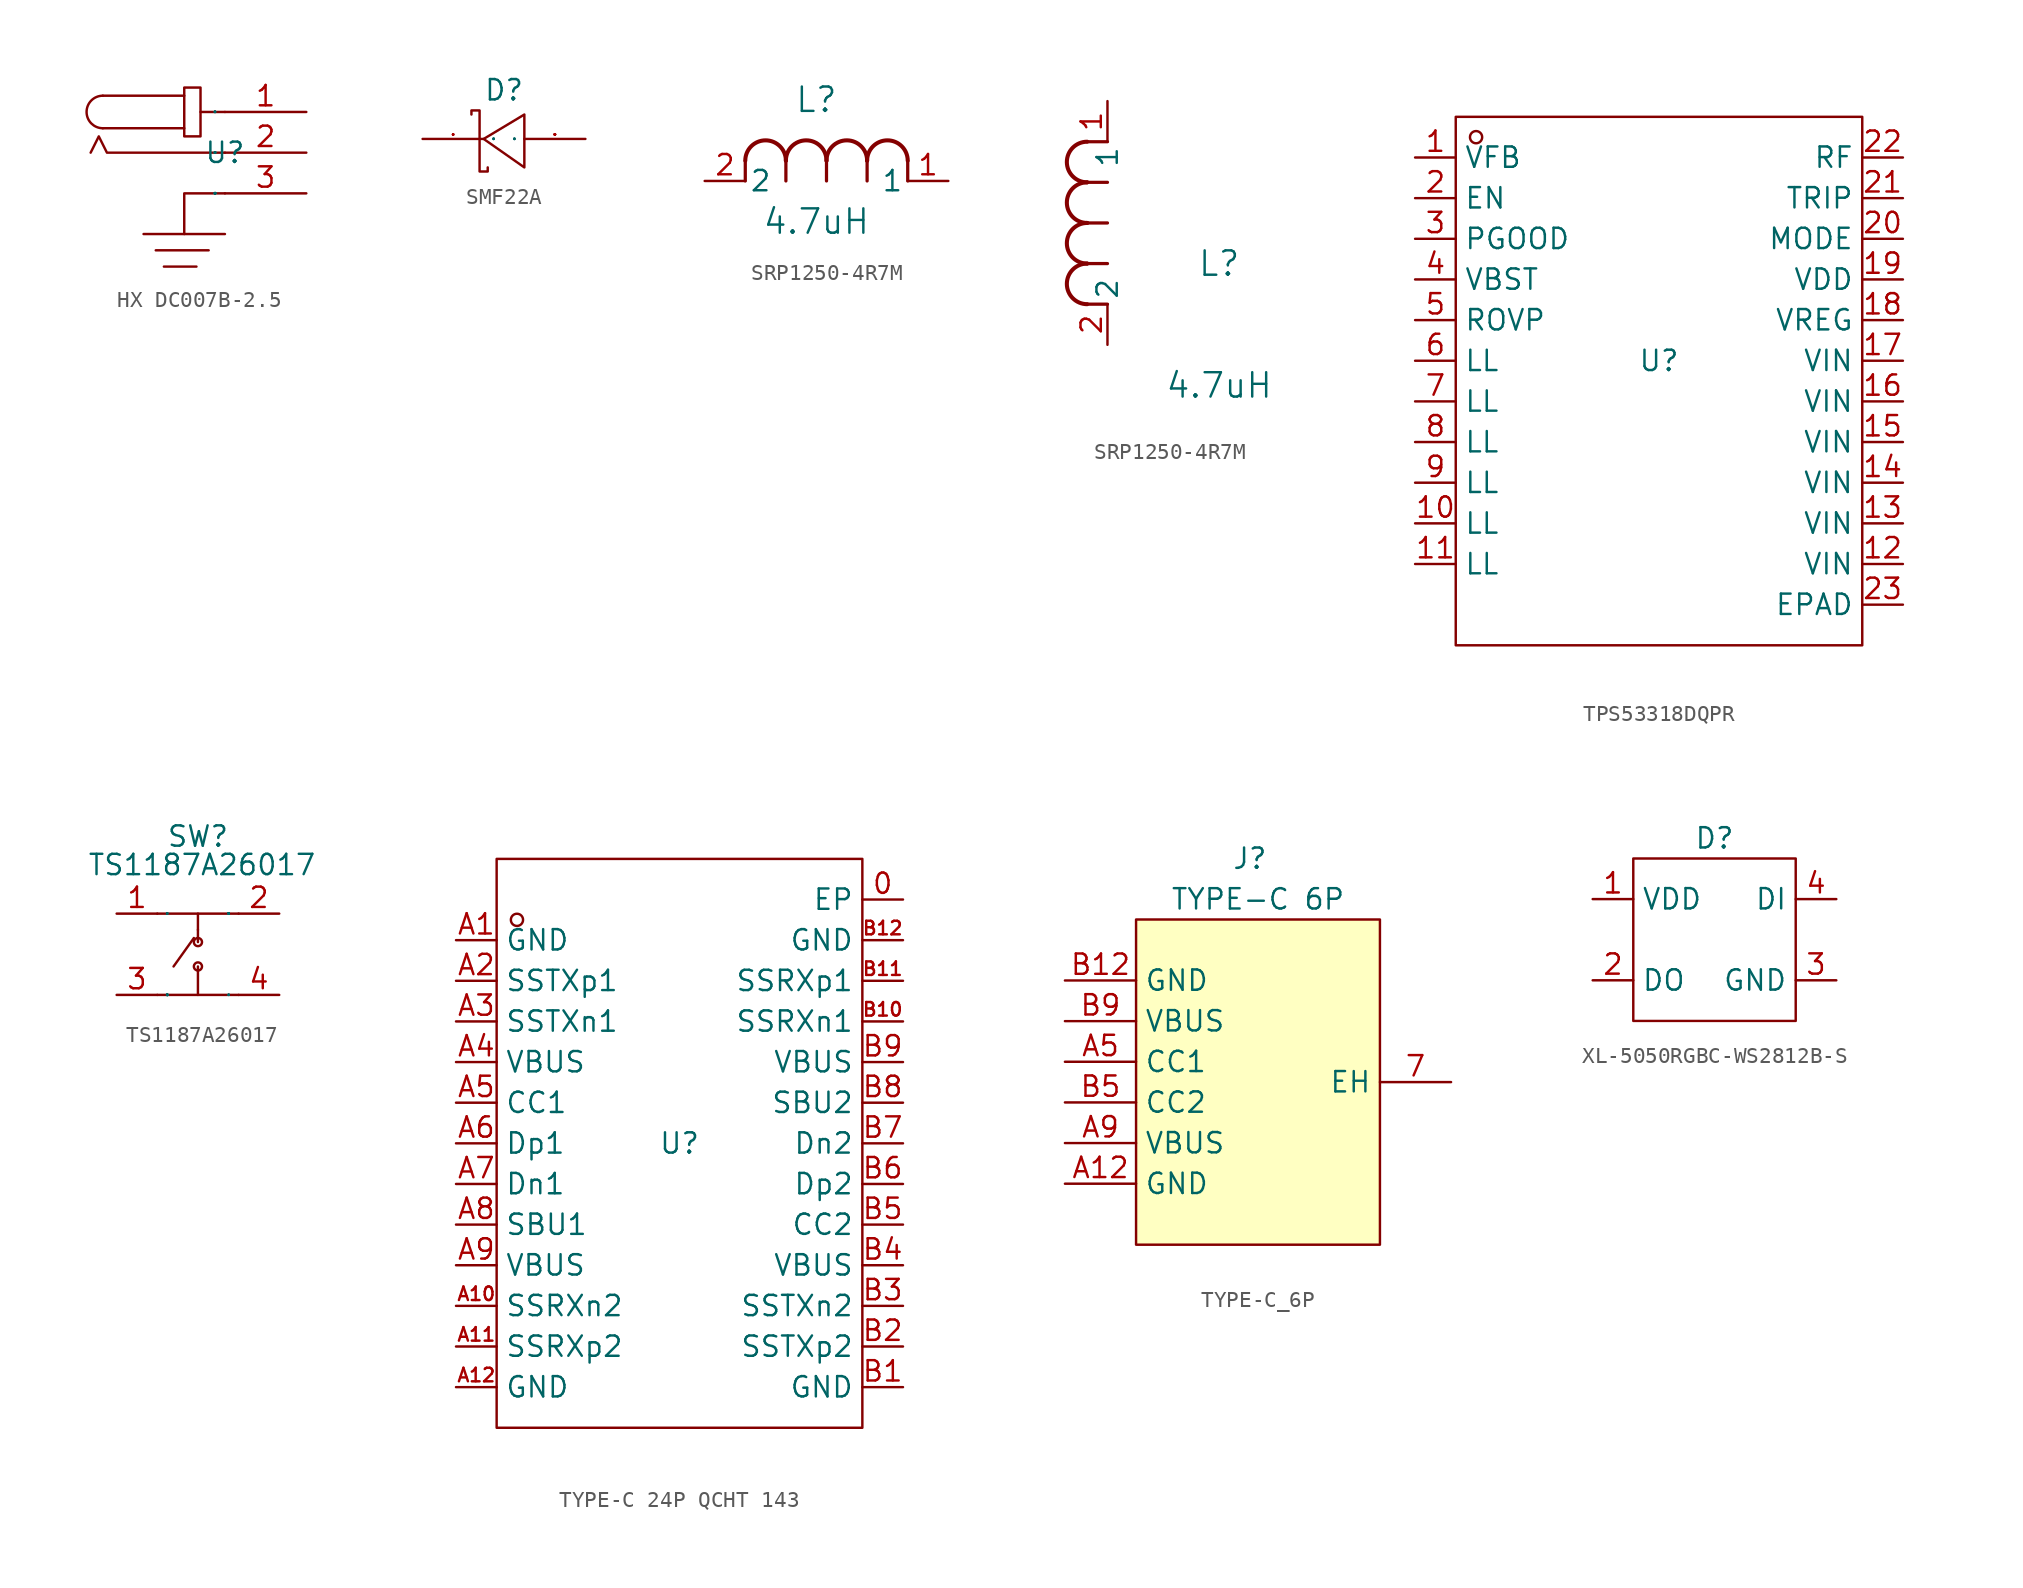
<source format=kicad_sym>
(kicad_symbol_lib
  (version 20241209)
  (generator "kicad_symbol_editor")
  (generator_version "9.0")
  (symbol "HX DC007B-2.5"
    (property "Reference" "U"
      (at 0 0 0)
      (effects (font (size 1.27 1.27))))
    (property "Value" ""
      (at 0 0 0)
      (effects (font (size 1.27 1.27))))
    (symbol "HX DC007B-2.5_1_0"
      (arc (start -7.62 1.524) (mid -8.636 2.54) (end -7.62 3.556) (stroke (width 0) (type default)) (fill (type none)))
      (polyline (pts (xy -5.08 -5.08) (xy 0 -5.08)) (stroke (width 0) (type default)) (fill (type none)))
      (polyline (pts (xy -4.318 -6.096) (xy -1.016 -6.096)) (stroke (width 0) (type default)) (fill (type none)))
      (polyline (pts (xy -3.81 -7.112) (xy -1.778 -7.112)) (stroke (width 0) (type default)) (fill (type none)))
      (polyline (pts (xy -2.54 3.556) (xy -7.62 3.556)) (stroke (width 0) (type default)) (fill (type none)))
      (polyline (pts (xy -2.54 1.524) (xy -7.62 1.524)) (stroke (width 0) (type default)) (fill (type none)))
      (rectangle (start -2.54 1.016) (end -1.524 4.064) (stroke (width 0) (type default)) (fill (type none)))
      (polyline (pts (xy 0 2.54) (xy -1.524 2.54)) (stroke (width 0) (type default)) (fill (type none)))
      (polyline (pts (xy 0 0) (xy -7.366 0) (xy -7.366 0) (xy -7.874 1.016) (xy -7.874 1.016) (xy -8.382 0)) (stroke (width 0) (type default)) (fill (type none)))
      (polyline (pts (xy 0 -2.54) (xy -2.54 -2.54) (xy -2.54 -2.54) (xy -2.54 -5.08)) (stroke (width 0) (type default)) (fill (type none)))
      (pin unspecified line (at 5.08 2.54 180) (length 5.08) (name "1" (effects (font (size 0.025 0.025)))) (number "1" (effects (font (size 1.27 1.27)))))
      (pin unspecified line (at 5.08 0 180) (length 5.08) (name "2" (effects (font (size 0.025 0.025)))) (number "2" (effects (font (size 1.27 1.27)))))
      (pin unspecified line (at 5.08 -2.54 180) (length 5.08) (name "3" (effects (font (size 0.025 0.025)))) (number "3" (effects (font (size 1.27 1.27)))))))
  (symbol "SMF22A"
    (property "Reference" "D"
      (at 0 3.048 0)
      (effects (font (size 1.27 1.27))))
    (property "Value" ""
      (at 0 0 0)
      (effects (font (size 1.27 1.27))))
    (symbol "SMF22A_1_0"
      (polyline (pts (xy -2.032 1.524) (xy -2.032 1.778) (xy -2.032 1.778) (xy -1.524 1.778) (xy -1.524 1.778) (xy -1.524 -2.032) (xy -1.524 -2.032) (xy -1.016 -2.032) (xy -1.016 -2.032) (xy -1.016 -1.778)) (stroke (width 0) (type default)) (fill (type none)))
      (polyline (pts (xy 1.27 1.524) (xy -1.27 0) (xy -1.27 0) (xy 1.27 -1.778) (xy 1.27 -1.778) (xy 1.27 1.524)) (stroke (width 0) (type default)) (fill (type none)))
      (pin unspecified line (at -5.08 0 0) (length 3.81) (name "K" (effects (font (size 0.025 0.025)))) (number "1" (effects (font (size 0.025 0.025)))))
      (pin unspecified line (at 5.08 0 180) (length 3.81) (name "A" (effects (font (size 0.025 0.025)))) (number "2" (effects (font (size 0.025 0.025)))))))
  (symbol "SRP1250-4R7M"
    (pin_names
      (offset 0.254))
    (property "Reference" "L"
      (at 6.985 5.08 0)
      (effects (font (size 1.524 1.524))))
    (property "Value" "4.7uH"
      (at 6.985 -2.54 0)
      (effects (font (size 1.524 1.524))))
    (symbol "SRP1250-4R7M_1_1"
      (polyline (pts (xy 2.54 0) (xy 2.54 1.27)) (stroke (width 0.203) (type default)) (fill (type none)))
      (arc (start 2.54 1.27) (mid 3.81 2.5344) (end 5.08 1.27) (stroke (width 0.254) (type default)) (fill (type none)))
      (polyline (pts (xy 5.08 0) (xy 5.08 1.27)) (stroke (width 0.203) (type default)) (fill (type none)))
      (arc (start 5.08 1.27) (mid 6.35 2.5344) (end 7.62 1.27) (stroke (width 0.254) (type default)) (fill (type none)))
      (polyline (pts (xy 7.62 0) (xy 7.62 1.27)) (stroke (width 0.203) (type default)) (fill (type none)))
      (arc (start 7.62 1.27) (mid 8.89 2.5344) (end 10.16 1.27) (stroke (width 0.254) (type default)) (fill (type none)))
      (polyline (pts (xy 10.16 0) (xy 10.16 1.27)) (stroke (width 0.203) (type default)) (fill (type none)))
      (arc (start 10.16 1.27) (mid 11.43 2.5344) (end 12.7 1.27) (stroke (width 0.254) (type default)) (fill (type none)))
      (polyline (pts (xy 12.7 0) (xy 12.7 1.27)) (stroke (width 0.203) (type default)) (fill (type none)))
      (pin unspecified line (at 0 0 0) (length 2.54) (name "2" (effects (font (size 1.27 1.27)))) (number "2" (effects (font (size 1.27 1.27)))))
      (pin unspecified line (at 15.24 0 180) (length 2.54) (name "1" (effects (font (size 1.27 1.27)))) (number "1" (effects (font (size 1.27 1.27))))))
    (symbol "SRP1250-4R7M_1_2"
      (arc (start -1.27 10.16) (mid -2.5344 11.43) (end -1.27 12.7) (stroke (width 0.254) (type default)) (fill (type none)))
      (arc (start -1.27 7.62) (mid -2.5344 8.89) (end -1.27 10.16) (stroke (width 0.254) (type default)) (fill (type none)))
      (arc (start -1.27 5.08) (mid -2.5344 6.35) (end -1.27 7.62) (stroke (width 0.254) (type default)) (fill (type none)))
      (arc (start -1.27 2.54) (mid -2.5344 3.81) (end -1.27 5.08) (stroke (width 0.254) (type default)) (fill (type none)))
      (polyline (pts (xy 0 12.7) (xy -1.27 12.7)) (stroke (width 0.203) (type default)) (fill (type none)))
      (polyline (pts (xy 0 10.16) (xy -1.27 10.16)) (stroke (width 0.203) (type default)) (fill (type none)))
      (polyline (pts (xy 0 7.62) (xy -1.27 7.62)) (stroke (width 0.203) (type default)) (fill (type none)))
      (polyline (pts (xy 0 5.08) (xy -1.27 5.08)) (stroke (width 0.203) (type default)) (fill (type none)))
      (polyline (pts (xy 0 2.54) (xy -1.27 2.54)) (stroke (width 0.203) (type default)) (fill (type none)))
      (pin unspecified line (at 0 15.24 270) (length 2.54) (name "1" (effects (font (size 1.27 1.27)))) (number "1" (effects (font (size 1.27 1.27)))))
      (pin unspecified line (at 0 0 90) (length 2.54) (name "2" (effects (font (size 1.27 1.27)))) (number "2" (effects (font (size 1.27 1.27)))))))
  (symbol "TPS53318DQPR"
    (property "Reference" "U"
      (at 0 0 0)
      (effects (font (size 1.27 1.27))))
    (property "Value" ""
      (at 0 0 0)
      (effects (font (size 1.27 1.27))))
    (symbol "TPS53318DQPR_1_0"
      (rectangle (start -12.7 -17.78) (end 12.7 15.24) (stroke (width 0) (type default)) (fill (type none)))
      (circle (center -11.43 13.97) (radius 0.381) (stroke (width 0) (type default)) (fill (type none)))
      (pin unspecified line (at -15.24 12.7 0) (length 2.54) (name "VFB" (effects (font (size 1.27 1.27)))) (number "1" (effects (font (size 1.27 1.27)))))
      (pin unspecified line (at -15.24 10.16 0) (length 2.54) (name "EN" (effects (font (size 1.27 1.27)))) (number "2" (effects (font (size 1.27 1.27)))))
      (pin unspecified line (at -15.24 7.62 0) (length 2.54) (name "PGOOD" (effects (font (size 1.27 1.27)))) (number "3" (effects (font (size 1.27 1.27)))))
      (pin unspecified line (at -15.24 5.08 0) (length 2.54) (name "VBST" (effects (font (size 1.27 1.27)))) (number "4" (effects (font (size 1.27 1.27)))))
      (pin unspecified line (at -15.24 2.54 0) (length 2.54) (name "ROVP" (effects (font (size 1.27 1.27)))) (number "5" (effects (font (size 1.27 1.27)))))
      (pin unspecified line (at -15.24 0 0) (length 2.54) (name "LL" (effects (font (size 1.27 1.27)))) (number "6" (effects (font (size 1.27 1.27)))))
      (pin unspecified line (at -15.24 -2.54 0) (length 2.54) (name "LL" (effects (font (size 1.27 1.27)))) (number "7" (effects (font (size 1.27 1.27)))))
      (pin unspecified line (at -15.24 -5.08 0) (length 2.54) (name "LL" (effects (font (size 1.27 1.27)))) (number "8" (effects (font (size 1.27 1.27)))))
      (pin unspecified line (at -15.24 -7.62 0) (length 2.54) (name "LL" (effects (font (size 1.27 1.27)))) (number "9" (effects (font (size 1.27 1.27)))))
      (pin unspecified line (at -15.24 -10.16 0) (length 2.54) (name "LL" (effects (font (size 1.27 1.27)))) (number "10" (effects (font (size 1.27 1.27)))))
      (pin unspecified line (at -15.24 -12.7 0) (length 2.54) (name "LL" (effects (font (size 1.27 1.27)))) (number "11" (effects (font (size 1.27 1.27)))))
      (pin unspecified line (at 15.24 12.7 180) (length 2.54) (name "RF" (effects (font (size 1.27 1.27)))) (number "22" (effects (font (size 1.27 1.27)))))
      (pin unspecified line (at 15.24 10.16 180) (length 2.54) (name "TRIP" (effects (font (size 1.27 1.27)))) (number "21" (effects (font (size 1.27 1.27)))))
      (pin unspecified line (at 15.24 7.62 180) (length 2.54) (name "MODE" (effects (font (size 1.27 1.27)))) (number "20" (effects (font (size 1.27 1.27)))))
      (pin unspecified line (at 15.24 5.08 180) (length 2.54) (name "VDD" (effects (font (size 1.27 1.27)))) (number "19" (effects (font (size 1.27 1.27)))))
      (pin unspecified line (at 15.24 2.54 180) (length 2.54) (name "VREG" (effects (font (size 1.27 1.27)))) (number "18" (effects (font (size 1.27 1.27)))))
      (pin unspecified line (at 15.24 0 180) (length 2.54) (name "VIN" (effects (font (size 1.27 1.27)))) (number "17" (effects (font (size 1.27 1.27)))))
      (pin unspecified line (at 15.24 -2.54 180) (length 2.54) (name "VIN" (effects (font (size 1.27 1.27)))) (number "16" (effects (font (size 1.27 1.27)))))
      (pin unspecified line (at 15.24 -5.08 180) (length 2.54) (name "VIN" (effects (font (size 1.27 1.27)))) (number "15" (effects (font (size 1.27 1.27)))))
      (pin unspecified line (at 15.24 -7.62 180) (length 2.54) (name "VIN" (effects (font (size 1.27 1.27)))) (number "14" (effects (font (size 1.27 1.27)))))
      (pin unspecified line (at 15.24 -10.16 180) (length 2.54) (name "VIN" (effects (font (size 1.27 1.27)))) (number "13" (effects (font (size 1.27 1.27)))))
      (pin unspecified line (at 15.24 -12.7 180) (length 2.54) (name "VIN" (effects (font (size 1.27 1.27)))) (number "12" (effects (font (size 1.27 1.27)))))
      (pin unspecified line (at 15.24 -15.24 180) (length 2.54) (name "EPAD" (effects (font (size 1.27 1.27)))) (number "23" (effects (font (size 1.27 1.27)))))))
  (symbol "TS1187A26017"
    (property "Reference" "SW"
      (at 0 7.366 0)
      (effects (font (size 1.27 1.27))))
    (property "Value" "TS1187A26017"
      (at 0.254 5.588 0)
      (effects (font (size 1.27 1.27))))
    (symbol "TS1187A26017_1_0"
      (polyline (pts (xy -2.54 2.54) (xy 2.54 2.54)) (stroke (width 0) (type default)) (fill (type none)))
      (polyline (pts (xy -1.524 -0.762) (xy -0.254 1.016)) (stroke (width 0) (type default)) (fill (type none)))
      (polyline (pts (xy 0 2.54) (xy 0 1.524)) (stroke (width 0) (type default)) (fill (type none)))
      (polyline (pts (xy 0 1.524) (xy 0 0.762)) (stroke (width 0) (type default)) (fill (type none)))
      (circle (center 0 0.762) (radius 0.254) (stroke (width 0) (type default)) (fill (type none)))
      (circle (center 0 -0.762) (radius 0.254) (stroke (width 0) (type default)) (fill (type none)))
      (polyline (pts (xy 0 -2.54) (xy 0 -0.762)) (stroke (width 0) (type default)) (fill (type none)))
      (polyline (pts (xy 2.54 -2.54) (xy -2.54 -2.54)) (stroke (width 0) (type default)) (fill (type none)))
      (pin unspecified line (at -5.08 2.54 0) (length 2.54) (name "1" (effects (font (size 0.025 0.025)))) (number "1" (effects (font (size 1.27 1.27)))))
      (pin unspecified line (at -5.08 -2.54 0) (length 2.54) (name "3" (effects (font (size 0.025 0.025)))) (number "3" (effects (font (size 1.27 1.27)))))
      (pin unspecified line (at 5.08 2.54 180) (length 2.54) (name "2" (effects (font (size 0.025 0.025)))) (number "2" (effects (font (size 1.27 1.27)))))
      (pin unspecified line (at 5.08 -2.54 180) (length 2.54) (name "4" (effects (font (size 0.025 0.025)))) (number "4" (effects (font (size 1.27 1.27)))))))
  (symbol "TYPE-C 24P QCHT 143"
    (property "Reference" "U"
      (at 0 0 0)
      (effects (font (size 1.27 1.27))))
    (property "Value" ""
      (at 0 0 0)
      (effects (font (size 1.27 1.27))))
    (symbol "TYPE-C 24P QCHT 143_1_0"
      (rectangle (start -11.43 -17.78) (end 11.43 17.78) (stroke (width 0) (type default)) (fill (type none)))
      (circle (center -10.16 13.97) (radius 0.381) (stroke (width 0) (type default)) (fill (type none)))
      (pin unspecified line (at -13.97 12.7 0) (length 2.54) (name "GND" (effects (font (size 1.27 1.27)))) (number "A1" (effects (font (size 1.27 1.27)))))
      (pin unspecified line (at -13.97 10.16 0) (length 2.54) (name "SSTXp1" (effects (font (size 1.27 1.27)))) (number "A2" (effects (font (size 1.27 1.27)))))
      (pin unspecified line (at -13.97 7.62 0) (length 2.54) (name "SSTXn1" (effects (font (size 1.27 1.27)))) (number "A3" (effects (font (size 1.27 1.27)))))
      (pin unspecified line (at -13.97 5.08 0) (length 2.54) (name "VBUS" (effects (font (size 1.27 1.27)))) (number "A4" (effects (font (size 1.27 1.27)))))
      (pin unspecified line (at -13.97 2.54 0) (length 2.54) (name "CC1" (effects (font (size 1.27 1.27)))) (number "A5" (effects (font (size 1.27 1.27)))))
      (pin unspecified line (at -13.97 0 0) (length 2.54) (name "Dp1" (effects (font (size 1.27 1.27)))) (number "A6" (effects (font (size 1.27 1.27)))))
      (pin unspecified line (at -13.97 -2.54 0) (length 2.54) (name "Dn1" (effects (font (size 1.27 1.27)))) (number "A7" (effects (font (size 1.27 1.27)))))
      (pin unspecified line (at -13.97 -5.08 0) (length 2.54) (name "SBU1" (effects (font (size 1.27 1.27)))) (number "A8" (effects (font (size 1.27 1.27)))))
      (pin unspecified line (at -13.97 -7.62 0) (length 2.54) (name "VBUS" (effects (font (size 1.27 1.27)))) (number "A9" (effects (font (size 1.27 1.27)))))
      (pin unspecified line (at -13.97 -10.16 0) (length 2.54) (name "SSRXn2" (effects (font (size 1.27 1.27)))) (number "A10" (effects (font (size 0.847 0.847)))))
      (pin unspecified line (at -13.97 -12.7 0) (length 2.54) (name "SSRXp2" (effects (font (size 1.27 1.27)))) (number "A11" (effects (font (size 0.847 0.847)))))
      (pin unspecified line (at -13.97 -15.24 0) (length 2.54) (name "GND" (effects (font (size 1.27 1.27)))) (number "A12" (effects (font (size 0.847 0.847)))))
      (pin unspecified line (at 13.97 15.24 180) (length 2.54) (name "EP" (effects (font (size 1.27 1.27)))) (number "0" (effects (font (size 1.27 1.27)))))
      (pin unspecified line (at 13.97 12.7 180) (length 2.54) (name "GND" (effects (font (size 1.27 1.27)))) (number "B12" (effects (font (size 0.847 0.847)))))
      (pin unspecified line (at 13.97 10.16 180) (length 2.54) (name "SSRXp1" (effects (font (size 1.27 1.27)))) (number "B11" (effects (font (size 0.847 0.847)))))
      (pin unspecified line (at 13.97 7.62 180) (length 2.54) (name "SSRXn1" (effects (font (size 1.27 1.27)))) (number "B10" (effects (font (size 0.847 0.847)))))
      (pin unspecified line (at 13.97 5.08 180) (length 2.54) (name "VBUS" (effects (font (size 1.27 1.27)))) (number "B9" (effects (font (size 1.27 1.27)))))
      (pin unspecified line (at 13.97 2.54 180) (length 2.54) (name "SBU2" (effects (font (size 1.27 1.27)))) (number "B8" (effects (font (size 1.27 1.27)))))
      (pin unspecified line (at 13.97 0 180) (length 2.54) (name "Dn2" (effects (font (size 1.27 1.27)))) (number "B7" (effects (font (size 1.27 1.27)))))
      (pin unspecified line (at 13.97 -2.54 180) (length 2.54) (name "Dp2" (effects (font (size 1.27 1.27)))) (number "B6" (effects (font (size 1.27 1.27)))))
      (pin unspecified line (at 13.97 -5.08 180) (length 2.54) (name "CC2" (effects (font (size 1.27 1.27)))) (number "B5" (effects (font (size 1.27 1.27)))))
      (pin unspecified line (at 13.97 -7.62 180) (length 2.54) (name "VBUS" (effects (font (size 1.27 1.27)))) (number "B4" (effects (font (size 1.27 1.27)))))
      (pin unspecified line (at 13.97 -10.16 180) (length 2.54) (name "SSTXn2" (effects (font (size 1.27 1.27)))) (number "B3" (effects (font (size 1.27 1.27)))))
      (pin unspecified line (at 13.97 -12.7 180) (length 2.54) (name "SSTXp2" (effects (font (size 1.27 1.27)))) (number "B2" (effects (font (size 1.27 1.27)))))
      (pin unspecified line (at 13.97 -15.24 180) (length 2.54) (name "GND" (effects (font (size 1.27 1.27)))) (number "B1" (effects (font (size 1.27 1.27)))))))
  (symbol "TYPE-C_6P"
    (property "Reference" "J"
      (at -0.508 13.97 0)
      (effects (font (size 1.27 1.27))))
    (property "Value" "TYPE-C 6P"
      (at 0 11.43 0)
      (effects (font (size 1.27 1.27))))
    (symbol "TYPE-C_6P_1_1"
      (rectangle (start -7.62 10.16) (end 7.62 -10.16) (stroke (width 0) (type solid) (color 132 0 0 1)) (fill (type background)))
      (pin input line (at -12.065 6.35 0) (length 4.445) (name "GND" (effects (font (size 1.27 1.27)))) (number "B12" (effects (font (size 1.27 1.27)))))
      (pin input line (at -12.065 3.81 0) (length 4.445) (name "VBUS" (effects (font (size 1.27 1.27)))) (number "B9" (effects (font (size 1.27 1.27)))))
      (pin input line (at -12.065 1.27 0) (length 4.445) (name "CC1" (effects (font (size 1.27 1.27)))) (number "A5" (effects (font (size 1.27 1.27)))))
      (pin input line (at -12.065 -1.27 0) (length 4.445) (name "CC2" (effects (font (size 1.27 1.27)))) (number "B5" (effects (font (size 1.27 1.27)))))
      (pin input line (at -12.065 -3.81 0) (length 4.445) (name "VBUS" (effects (font (size 1.27 1.27)))) (number "A9" (effects (font (size 1.27 1.27)))))
      (pin input line (at -12.065 -6.35 0) (length 4.445) (name "GND" (effects (font (size 1.27 1.27)))) (number "A12" (effects (font (size 1.27 1.27)))))
      (pin input line (at 12.065 0 180) (length 4.445) (name "EH" (effects (font (size 1.27 1.27)))) (number "7" (effects (font (size 1.27 1.27)))))))
  (symbol "XL-5050RGBC-WS2812B-S"
    (property "Reference" "D"
      (at 0 6.35 0)
      (effects (font (size 1.27 1.27))))
    (property "Value" ""
      (at 0 0 0)
      (effects (font (size 1.27 1.27))))
    (symbol "XL-5050RGBC-WS2812B-S_0_1"
      (rectangle (start -5.08 5.08) (end 5.08 -5.08) (stroke (width 0) (type default)) (fill (type none))))
    (symbol "XL-5050RGBC-WS2812B-S_1_1"
      (pin input line (at -7.62 2.54 0) (length 2.54) (name "VDD" (effects (font (size 1.27 1.27)))) (number "1" (effects (font (size 1.27 1.27)))))
      (pin input line (at -7.62 -2.54 0) (length 2.54) (name "DO" (effects (font (size 1.27 1.27)))) (number "2" (effects (font (size 1.27 1.27)))))
      (pin input line (at 7.62 2.54 180) (length 2.54) (name "DI" (effects (font (size 1.27 1.27)))) (number "4" (effects (font (size 1.27 1.27)))))
      (pin input line (at 7.62 -2.54 180) (length 2.54) (name "GND" (effects (font (size 1.27 1.27)))) (number "3" (effects (font (size 1.27 1.27))))))))
</source>
